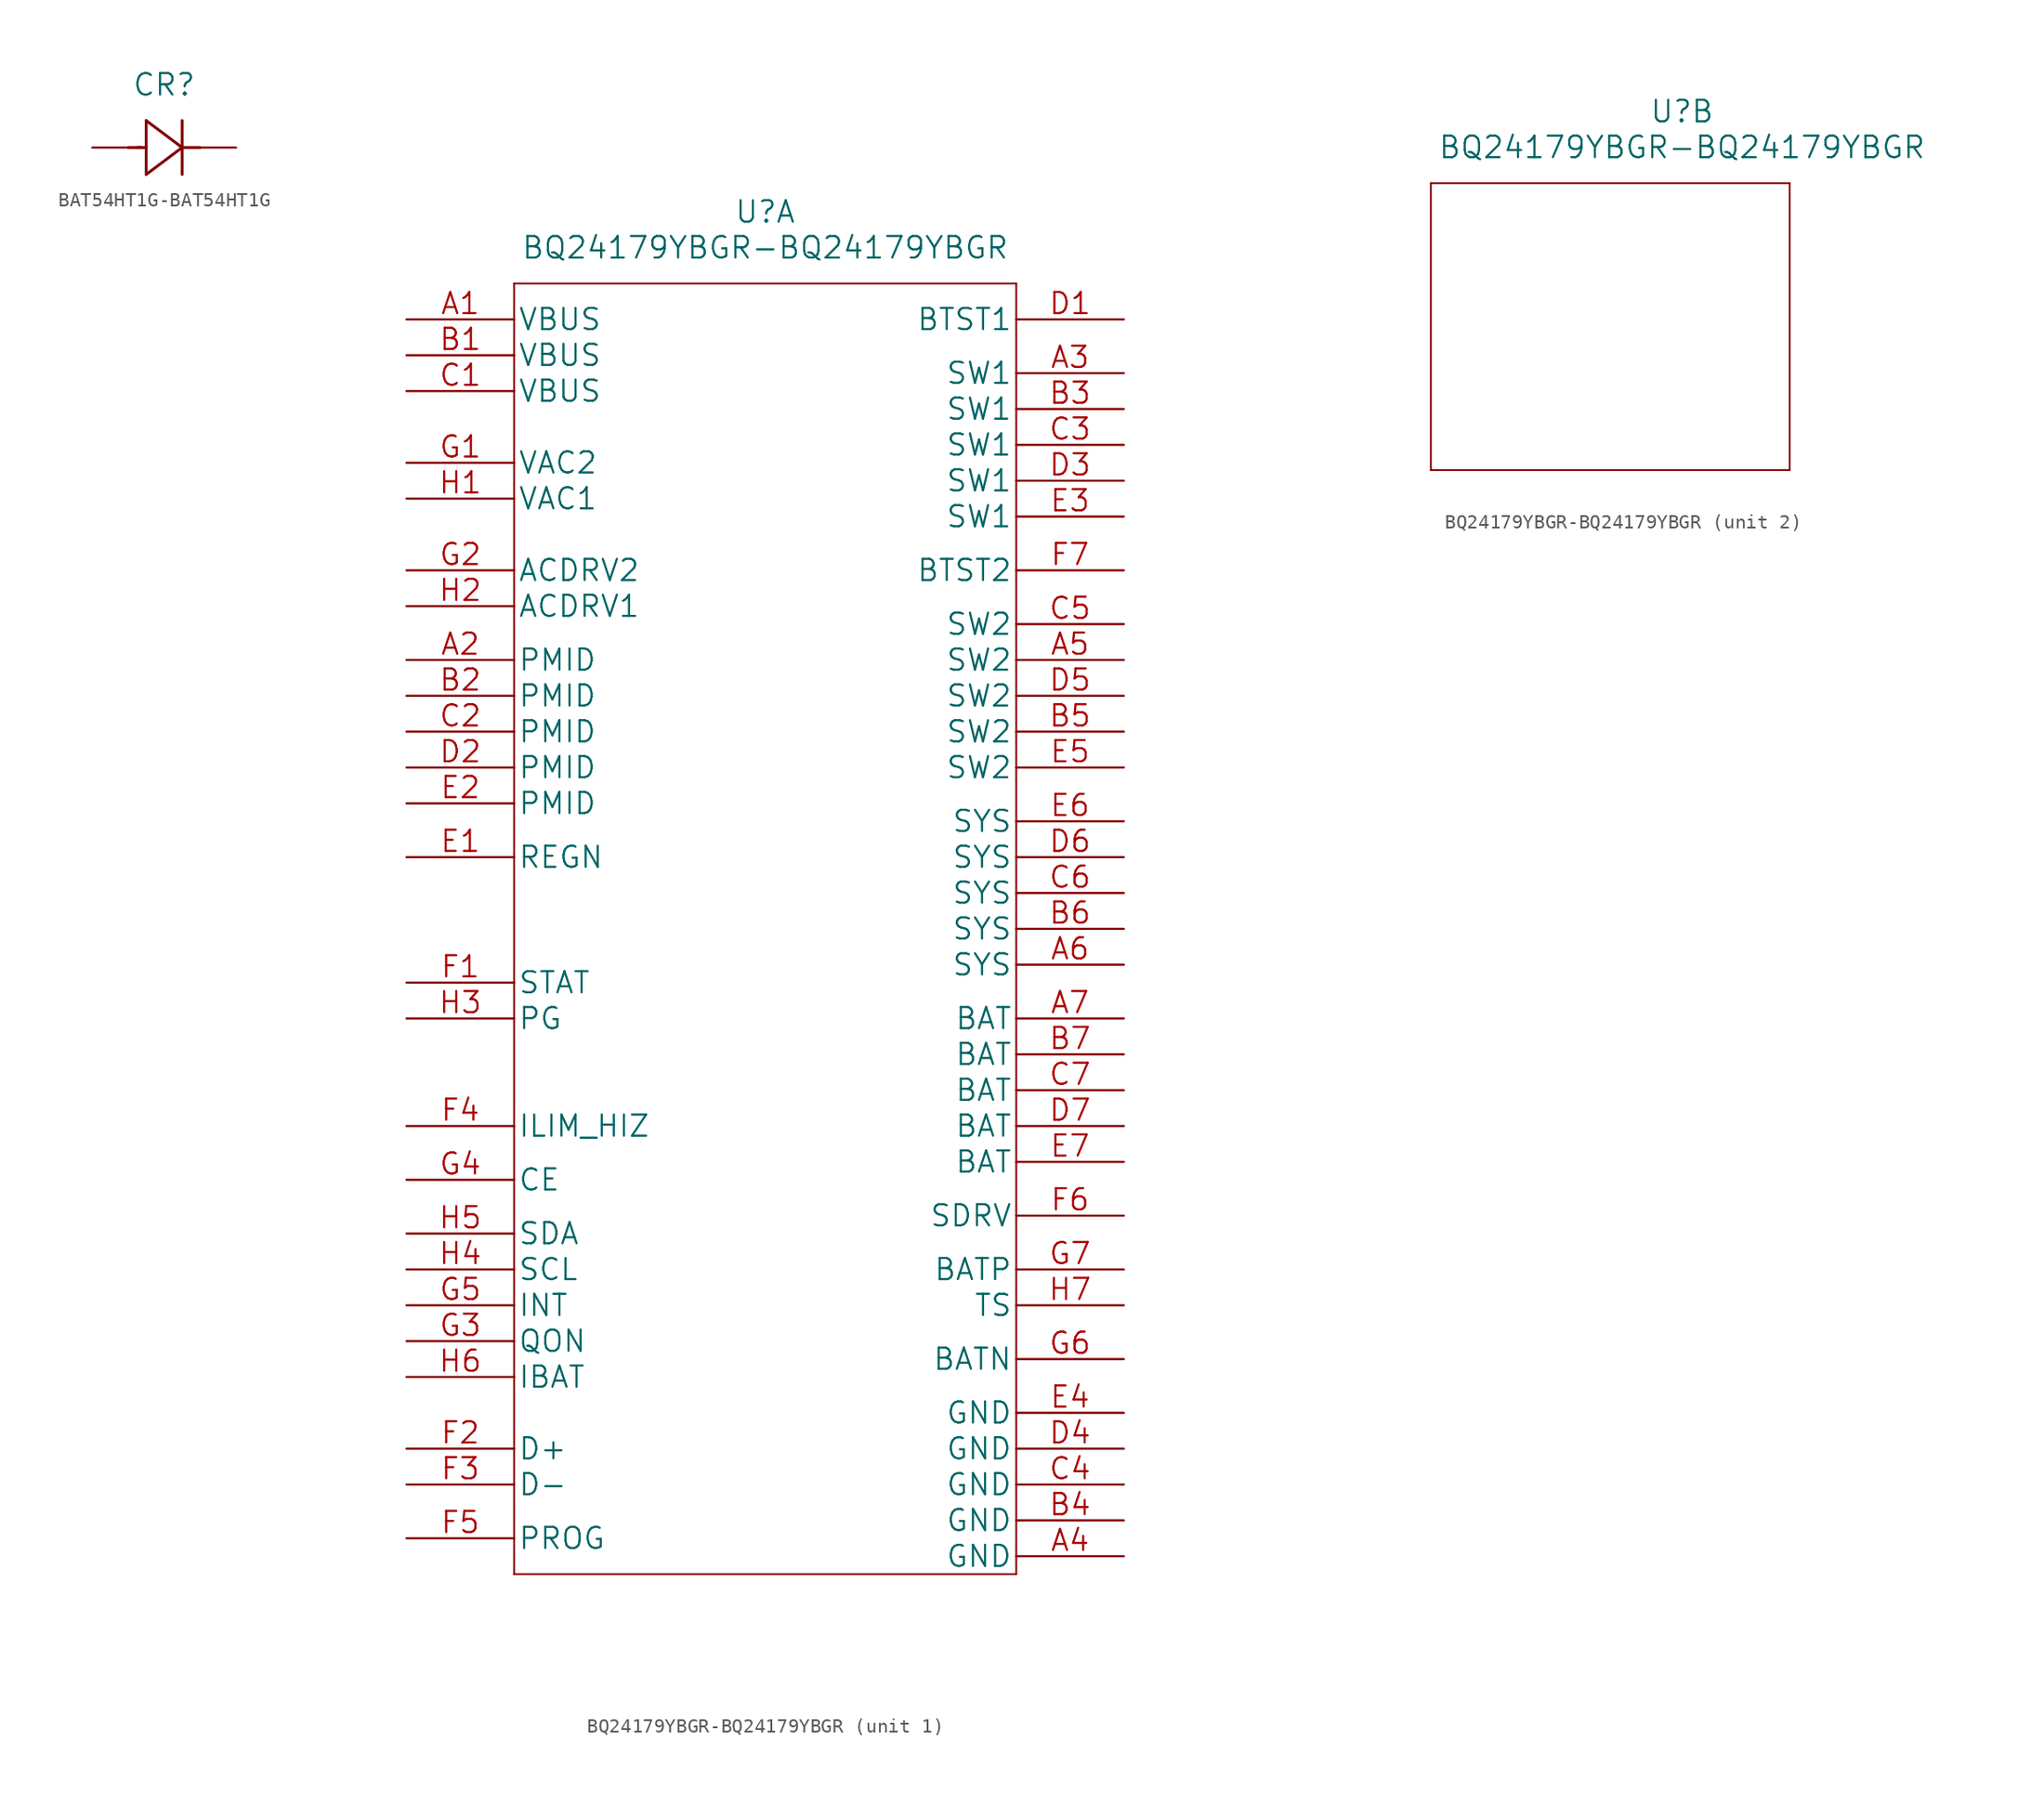
<source format=kicad_sym>
(kicad_symbol_lib
  (version 20211014)
  (generator kicad_symbol_editor)
  (symbol "BAT54HT1G-BAT54HT1G"
    (pin_numbers hide)
    (pin_names
      (offset -1.651) hide)
    (property "Reference" "CR"
      (at 5.08 4.445 0)
      (effects (font (size 1.524 1.524))))
    (symbol "BAT54HT1G-BAT54HT1G_1_1"
      (polyline (pts (xy 2.54 0) (xy 3.48 0)) (stroke (width 0.203) (type default) (color 0 0 0 0)) (fill (type none)))
      (polyline (pts (xy 3.175 0) (xy 3.81 0)) (stroke (width 0.203) (type default) (color 0 0 0 0)) (fill (type none)))
      (polyline (pts (xy 3.81 -1.905) (xy 6.35 0)) (stroke (width 0.203) (type default) (color 0 0 0 0)) (fill (type none)))
      (polyline (pts (xy 3.81 1.905) (xy 3.81 -1.905)) (stroke (width 0.203) (type default) (color 0 0 0 0)) (fill (type none)))
      (polyline (pts (xy 6.35 -1.905) (xy 6.35 1.905)) (stroke (width 0.203) (type default) (color 0 0 0 0)) (fill (type none)))
      (polyline (pts (xy 6.35 0) (xy 3.81 1.905)) (stroke (width 0.203) (type default) (color 0 0 0 0)) (fill (type none)))
      (polyline (pts (xy 6.35 0) (xy 7.62 0)) (stroke (width 0.203) (type default) (color 0 0 0 0)) (fill (type none)))
      (pin unspecified line (at 10.16 0 180) (length 2.54) (name "1" (effects (font (size 1.499 1.499)))) (number "1" (effects (font (size 1.499 1.499)))))
      (pin unspecified line (at 0 0 0) (length 2.54) (name "2" (effects (font (size 1.499 1.499)))) (number "2" (effects (font (size 1.499 1.499)))))))
  (symbol "BQ24179YBGR-BQ24179YBGR"
    (pin_names
      (offset 0.254))
    (property "Reference" "U"
      (at 25.4 10.16 0)
      (effects (font (size 1.524 1.524))))
    (property "Value" "BQ24179YBGR-BQ24179YBGR"
      (at 25.4 7.62 0)
      (effects (font (size 1.524 1.524))))
    (property "Datasheet" ""
      (at 0 2.54 0)
      (effects (font (size 1.524 1.524))))
    (property "ki_locked" ""
      (at 0 0 0)
      (effects (font (size 1.27 1.27))))
    (symbol "BQ24179YBGR-BQ24179YBGR_1_1"
      (polyline (pts (xy 7.62 -86.36) (xy 43.18 -86.36)) (stroke (width 0.127) (type default) (color 0 0 0 0)) (fill (type none)))
      (polyline (pts (xy 7.62 5.08) (xy 7.62 -86.36)) (stroke (width 0.127) (type default) (color 0 0 0 0)) (fill (type none)))
      (polyline (pts (xy 43.18 -86.36) (xy 43.18 5.08)) (stroke (width 0.127) (type default) (color 0 0 0 0)) (fill (type none)))
      (polyline (pts (xy 43.18 5.08) (xy 7.62 5.08)) (stroke (width 0.127) (type default) (color 0 0 0 0)) (fill (type none)))
      (pin unspecified line (at 0 2.54 0) (length 7.62) (name "VBUS" (effects (font (size 1.499 1.499)))) (number "A1" (effects (font (size 1.499 1.499)))))
      (pin unspecified line (at 0 -21.59 0) (length 7.62) (name "PMID" (effects (font (size 1.499 1.499)))) (number "A2" (effects (font (size 1.499 1.499)))))
      (pin bidirectional line (at 50.8 -1.27 180) (length 7.62) (name "SW1" (effects (font (size 1.499 1.499)))) (number "A3" (effects (font (size 1.499 1.499)))))
      (pin power_in line (at 50.8 -85.09 180) (length 7.62) (name "GND" (effects (font (size 1.499 1.499)))) (number "A4" (effects (font (size 1.499 1.499)))))
      (pin bidirectional line (at 50.8 -21.59 180) (length 7.62) (name "SW2" (effects (font (size 1.499 1.499)))) (number "A5" (effects (font (size 1.499 1.499)))))
      (pin unspecified line (at 50.8 -43.18 180) (length 7.62) (name "SYS" (effects (font (size 1.499 1.499)))) (number "A6" (effects (font (size 1.499 1.499)))))
      (pin unspecified line (at 50.8 -46.99 180) (length 7.62) (name "BAT" (effects (font (size 1.499 1.499)))) (number "A7" (effects (font (size 1.499 1.499)))))
      (pin unspecified line (at 0 0 0) (length 7.62) (name "VBUS" (effects (font (size 1.499 1.499)))) (number "B1" (effects (font (size 1.499 1.499)))))
      (pin unspecified line (at 0 -24.13 0) (length 7.62) (name "PMID" (effects (font (size 1.499 1.499)))) (number "B2" (effects (font (size 1.499 1.499)))))
      (pin bidirectional line (at 50.8 -3.81 180) (length 7.62) (name "SW1" (effects (font (size 1.499 1.499)))) (number "B3" (effects (font (size 1.499 1.499)))))
      (pin power_in line (at 50.8 -82.55 180) (length 7.62) (name "GND" (effects (font (size 1.499 1.499)))) (number "B4" (effects (font (size 1.499 1.499)))))
      (pin bidirectional line (at 50.8 -26.67 180) (length 7.62) (name "SW2" (effects (font (size 1.499 1.499)))) (number "B5" (effects (font (size 1.499 1.499)))))
      (pin unspecified line (at 50.8 -40.64 180) (length 7.62) (name "SYS" (effects (font (size 1.499 1.499)))) (number "B6" (effects (font (size 1.499 1.499)))))
      (pin unspecified line (at 50.8 -49.53 180) (length 7.62) (name "BAT" (effects (font (size 1.499 1.499)))) (number "B7" (effects (font (size 1.499 1.499)))))
      (pin unspecified line (at 0 -2.54 0) (length 7.62) (name "VBUS" (effects (font (size 1.499 1.499)))) (number "C1" (effects (font (size 1.499 1.499)))))
      (pin unspecified line (at 0 -26.67 0) (length 7.62) (name "PMID" (effects (font (size 1.499 1.499)))) (number "C2" (effects (font (size 1.499 1.499)))))
      (pin bidirectional line (at 50.8 -6.35 180) (length 7.62) (name "SW1" (effects (font (size 1.499 1.499)))) (number "C3" (effects (font (size 1.499 1.499)))))
      (pin power_in line (at 50.8 -80.01 180) (length 7.62) (name "GND" (effects (font (size 1.499 1.499)))) (number "C4" (effects (font (size 1.499 1.499)))))
      (pin bidirectional line (at 50.8 -19.05 180) (length 7.62) (name "SW2" (effects (font (size 1.499 1.499)))) (number "C5" (effects (font (size 1.499 1.499)))))
      (pin unspecified line (at 50.8 -38.1 180) (length 7.62) (name "SYS" (effects (font (size 1.499 1.499)))) (number "C6" (effects (font (size 1.499 1.499)))))
      (pin unspecified line (at 50.8 -52.07 180) (length 7.62) (name "BAT" (effects (font (size 1.499 1.499)))) (number "C7" (effects (font (size 1.499 1.499)))))
      (pin bidirectional line (at 50.8 2.54 180) (length 7.62) (name "BTST1" (effects (font (size 1.499 1.499)))) (number "D1" (effects (font (size 1.499 1.499)))))
      (pin unspecified line (at 0 -29.21 0) (length 7.62) (name "PMID" (effects (font (size 1.499 1.499)))) (number "D2" (effects (font (size 1.499 1.499)))))
      (pin bidirectional line (at 50.8 -8.89 180) (length 7.62) (name "SW1" (effects (font (size 1.499 1.499)))) (number "D3" (effects (font (size 1.499 1.499)))))
      (pin power_in line (at 50.8 -77.47 180) (length 7.62) (name "GND" (effects (font (size 1.499 1.499)))) (number "D4" (effects (font (size 1.499 1.499)))))
      (pin bidirectional line (at 50.8 -24.13 180) (length 7.62) (name "SW2" (effects (font (size 1.499 1.499)))) (number "D5" (effects (font (size 1.499 1.499)))))
      (pin unspecified line (at 50.8 -35.56 180) (length 7.62) (name "SYS" (effects (font (size 1.499 1.499)))) (number "D6" (effects (font (size 1.499 1.499)))))
      (pin unspecified line (at 50.8 -54.61 180) (length 7.62) (name "BAT" (effects (font (size 1.499 1.499)))) (number "D7" (effects (font (size 1.499 1.499)))))
      (pin unspecified line (at 0 -35.56 0) (length 7.62) (name "REGN" (effects (font (size 1.499 1.499)))) (number "E1" (effects (font (size 1.499 1.499)))))
      (pin unspecified line (at 0 -31.75 0) (length 7.62) (name "PMID" (effects (font (size 1.499 1.499)))) (number "E2" (effects (font (size 1.499 1.499)))))
      (pin bidirectional line (at 50.8 -11.43 180) (length 7.62) (name "SW1" (effects (font (size 1.499 1.499)))) (number "E3" (effects (font (size 1.499 1.499)))))
      (pin power_in line (at 50.8 -74.93 180) (length 7.62) (name "GND" (effects (font (size 1.499 1.499)))) (number "E4" (effects (font (size 1.499 1.499)))))
      (pin bidirectional line (at 50.8 -29.21 180) (length 7.62) (name "SW2" (effects (font (size 1.499 1.499)))) (number "E5" (effects (font (size 1.499 1.499)))))
      (pin unspecified line (at 50.8 -33.02 180) (length 7.62) (name "SYS" (effects (font (size 1.499 1.499)))) (number "E6" (effects (font (size 1.499 1.499)))))
      (pin unspecified line (at 50.8 -57.15 180) (length 7.62) (name "BAT" (effects (font (size 1.499 1.499)))) (number "E7" (effects (font (size 1.499 1.499)))))
      (pin unspecified line (at 0 -44.45 0) (length 7.62) (name "STAT" (effects (font (size 1.499 1.499)))) (number "F1" (effects (font (size 1.499 1.499)))))
      (pin unspecified line (at 0 -77.47 0) (length 7.62) (name "D+" (effects (font (size 1.499 1.499)))) (number "F2" (effects (font (size 1.499 1.499)))))
      (pin unspecified line (at 0 -80.01 0) (length 7.62) (name "D-" (effects (font (size 1.499 1.499)))) (number "F3" (effects (font (size 1.499 1.499)))))
      (pin unspecified line (at 0 -54.61 0) (length 7.62) (name "ILIM_HIZ" (effects (font (size 1.499 1.499)))) (number "F4" (effects (font (size 1.499 1.499)))))
      (pin unspecified line (at 0 -83.82 0) (length 7.62) (name "PROG" (effects (font (size 1.499 1.499)))) (number "F5" (effects (font (size 1.499 1.499)))))
      (pin unspecified line (at 50.8 -60.96 180) (length 7.62) (name "SDRV" (effects (font (size 1.499 1.499)))) (number "F6" (effects (font (size 1.499 1.499)))))
      (pin bidirectional line (at 50.8 -15.24 180) (length 7.62) (name "BTST2" (effects (font (size 1.499 1.499)))) (number "F7" (effects (font (size 1.499 1.499)))))
      (pin bidirectional line (at 0 -7.62 0) (length 7.62) (name "VAC2" (effects (font (size 1.499 1.499)))) (number "G1" (effects (font (size 1.499 1.499)))))
      (pin bidirectional line (at 0 -15.24 0) (length 7.62) (name "ACDRV2" (effects (font (size 1.499 1.499)))) (number "G2" (effects (font (size 1.499 1.499)))))
      (pin unspecified line (at 0 -69.85 0) (length 7.62) (name "QON" (effects (font (size 1.499 1.499)))) (number "G3" (effects (font (size 1.499 1.499)))))
      (pin unspecified line (at 0 -58.42 0) (length 7.62) (name "CE" (effects (font (size 1.499 1.499)))) (number "G4" (effects (font (size 1.499 1.499)))))
      (pin input line (at 0 -67.31 0) (length 7.62) (name "INT" (effects (font (size 1.499 1.499)))) (number "G5" (effects (font (size 1.499 1.499)))))
      (pin unspecified line (at 50.8 -71.12 180) (length 7.62) (name "BATN" (effects (font (size 1.499 1.499)))) (number "G6" (effects (font (size 1.499 1.499)))))
      (pin unspecified line (at 50.8 -64.77 180) (length 7.62) (name "BATP" (effects (font (size 1.499 1.499)))) (number "G7" (effects (font (size 1.499 1.499)))))
      (pin bidirectional line (at 0 -10.16 0) (length 7.62) (name "VAC1" (effects (font (size 1.499 1.499)))) (number "H1" (effects (font (size 1.499 1.499)))))
      (pin bidirectional line (at 0 -17.78 0) (length 7.62) (name "ACDRV1" (effects (font (size 1.499 1.499)))) (number "H2" (effects (font (size 1.499 1.499)))))
      (pin unspecified line (at 0 -46.99 0) (length 7.62) (name "PG" (effects (font (size 1.499 1.499)))) (number "H3" (effects (font (size 1.499 1.499)))))
      (pin unspecified line (at 0 -64.77 0) (length 7.62) (name "SCL" (effects (font (size 1.499 1.499)))) (number "H4" (effects (font (size 1.499 1.499)))))
      (pin unspecified line (at 0 -62.23 0) (length 7.62) (name "SDA" (effects (font (size 1.499 1.499)))) (number "H5" (effects (font (size 1.499 1.499)))))
      (pin unspecified line (at 0 -72.39 0) (length 7.62) (name "IBAT" (effects (font (size 1.499 1.499)))) (number "H6" (effects (font (size 1.499 1.499)))))
      (pin unspecified line (at 50.8 -67.31 180) (length 7.62) (name "TS" (effects (font (size 1.499 1.499)))) (number "H7" (effects (font (size 1.499 1.499))))))
    (symbol "BQ24179YBGR-BQ24179YBGR_2_1"
      (polyline (pts (xy 7.62 -15.24) (xy 33.02 -15.24)) (stroke (width 0.127) (type default) (color 0 0 0 0)) (fill (type none)))
      (polyline (pts (xy 7.62 5.08) (xy 7.62 -15.24)) (stroke (width 0.127) (type default) (color 0 0 0 0)) (fill (type none)))
      (polyline (pts (xy 33.02 -15.24) (xy 33.02 5.08)) (stroke (width 0.127) (type default) (color 0 0 0 0)) (fill (type none)))
      (polyline (pts (xy 33.02 5.08) (xy 7.62 5.08)) (stroke (width 0.127) (type default) (color 0 0 0 0)) (fill (type none))))))
</source>
